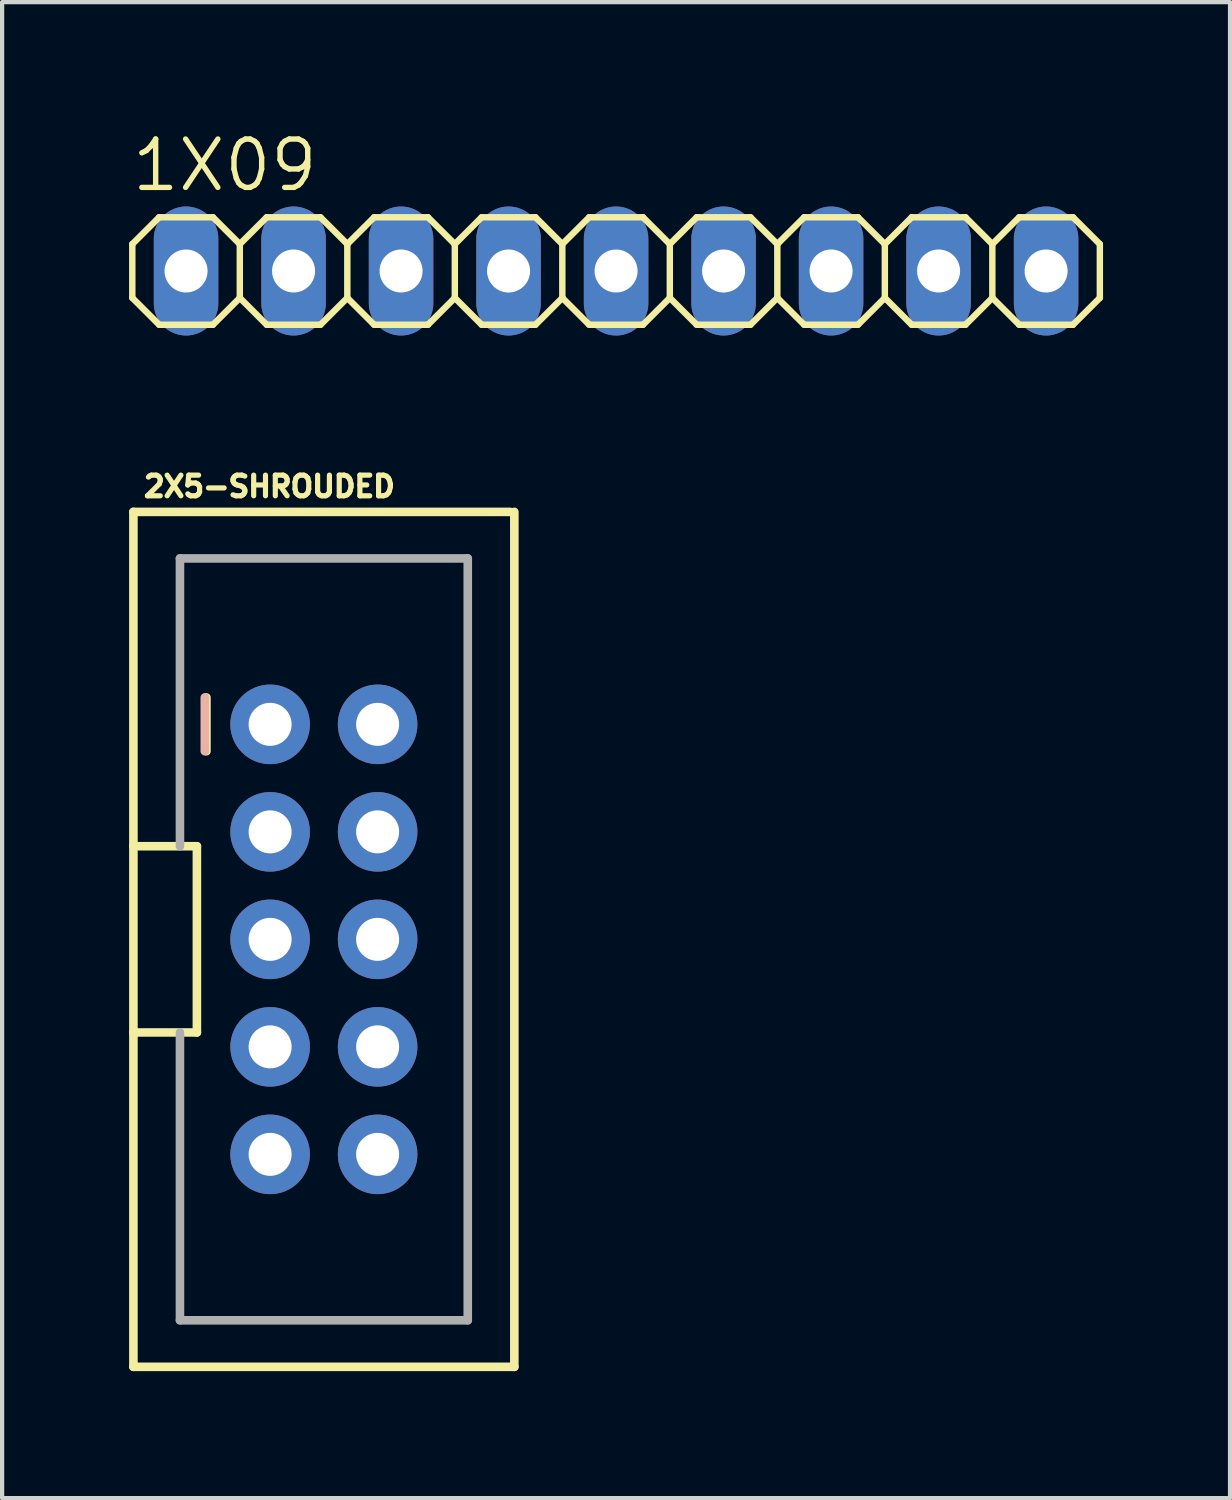
<source format=kicad_pcb>
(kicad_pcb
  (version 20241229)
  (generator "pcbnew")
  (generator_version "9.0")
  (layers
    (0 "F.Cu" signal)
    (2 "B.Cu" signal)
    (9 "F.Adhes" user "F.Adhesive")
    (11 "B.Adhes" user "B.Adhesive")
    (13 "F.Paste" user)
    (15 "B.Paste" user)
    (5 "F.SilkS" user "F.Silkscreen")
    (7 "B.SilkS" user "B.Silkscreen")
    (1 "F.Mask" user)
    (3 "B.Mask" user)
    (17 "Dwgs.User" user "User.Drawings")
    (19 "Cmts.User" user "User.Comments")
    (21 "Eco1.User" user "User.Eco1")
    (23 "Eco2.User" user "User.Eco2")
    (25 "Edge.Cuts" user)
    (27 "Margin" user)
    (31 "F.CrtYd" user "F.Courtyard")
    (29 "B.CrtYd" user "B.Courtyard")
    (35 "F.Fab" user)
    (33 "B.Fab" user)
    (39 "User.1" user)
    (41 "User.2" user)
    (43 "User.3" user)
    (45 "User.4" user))
  (footprint "2X5-SHROUDED"
    (layer "F.Cu")
    (at 4.602 19.144)
    (property "Reference" "2X5-SHROUDED" (at -4.318 -10.414 0) (layer "F.SilkS") (effects (font (size 0.488 0.488) (thickness 0.122)) (justify left bottom)))
    (fp_line (start -4.5 -10.1) (end 4.4 -10.1) (stroke (width 0.203) (type solid)) (layer "F.SilkS"))
    (fp_line (start -4.5 -2.2) (end -4.5 -10.1) (stroke (width 0.203) (type solid)) (layer "F.SilkS"))
    (fp_line (start -4.5 -2.2) (end -3 -2.2) (stroke (width 0.203) (type solid)) (layer "F.SilkS"))
    (fp_line (start -4.5 2.2) (end -4.5 -2.2) (stroke (width 0.203) (type solid)) (layer "F.SilkS"))
    (fp_line (start -4.5 10.1) (end -4.5 2.2) (stroke (width 0.203) (type solid)) (layer "F.SilkS"))
    (fp_line (start -3 -2.2) (end -3 2.2) (stroke (width 0.203) (type solid)) (layer "F.SilkS"))
    (fp_line (start -3 2.2) (end -4.5 2.2) (stroke (width 0.203) (type solid)) (layer "F.SilkS"))
    (fp_line (start -2.775 -5.715) (end -2.775 -4.445) (stroke (width 0.203) (type solid)) (layer "F.SilkS"))
    (fp_line (start 4.5 -10.1) (end 4.5 10.1) (stroke (width 0.203) (type solid)) (layer "F.SilkS"))
    (fp_line (start 4.5 10.1) (end -4.5 10.1) (stroke (width 0.203) (type solid)) (layer "F.SilkS"))
    (fp_line (start -2.813 -5.715) (end -2.813 -4.445) (stroke (width 0.203) (type solid)) (layer "B.SilkS"))
    (fp_line (start -3.4 -9) (end -3.4 -2.2) (stroke (width 0.203) (type solid)) (layer "F.Fab"))
    (fp_line (start -3.4 -9) (end 3.4 -9) (stroke (width 0.203) (type solid)) (layer "F.Fab"))
    (fp_line (start -3.4 9) (end -3.4 2.2) (stroke (width 0.203) (type solid)) (layer "F.Fab"))
    (fp_line (start -3.4 9) (end 3.4 9) (stroke (width 0.203) (type solid)) (layer "F.Fab"))
    (fp_line (start 3.4 -9) (end 3.4 9) (stroke (width 0.203) (type solid)) (layer "F.Fab"))
    (fp_poly (pts (xy -1.524 -4.826) (xy -1.016 -4.826) (xy -1.016 -5.334) (xy -1.524 -5.334)) (stroke (width 0.1) (type default)) (fill no) (layer "F.Fab"))
    (fp_poly (pts (xy -1.524 -2.286) (xy -1.016 -2.286) (xy -1.016 -2.794) (xy -1.524 -2.794)) (stroke (width 0.1) (type default)) (fill no) (layer "F.Fab"))
    (fp_poly (pts (xy -1.524 0.254) (xy -1.016 0.254) (xy -1.016 -0.254) (xy -1.524 -0.254)) (stroke (width 0.1) (type default)) (fill no) (layer "F.Fab"))
    (fp_poly (pts (xy -1.524 2.794) (xy -1.016 2.794) (xy -1.016 2.286) (xy -1.524 2.286)) (stroke (width 0.1) (type default)) (fill no) (layer "F.Fab"))
    (fp_poly (pts (xy -1.524 2.794) (xy -1.016 2.794) (xy -1.016 2.286) (xy -1.524 2.286)) (stroke (width 0.1) (type default)) (fill no) (layer "F.Fab"))
    (fp_poly (pts (xy -1.524 5.334) (xy -1.016 5.334) (xy -1.016 4.826) (xy -1.524 4.826)) (stroke (width 0.1) (type default)) (fill no) (layer "F.Fab"))
    (fp_poly (pts (xy 1.016 -4.826) (xy 1.524 -4.826) (xy 1.524 -5.334) (xy 1.016 -5.334)) (stroke (width 0.1) (type default)) (fill no) (layer "F.Fab"))
    (fp_poly (pts (xy 1.016 -2.286) (xy 1.524 -2.286) (xy 1.524 -2.794) (xy 1.016 -2.794)) (stroke (width 0.1) (type default)) (fill no) (layer "F.Fab"))
    (fp_poly (pts (xy 1.016 0.254) (xy 1.524 0.254) (xy 1.524 -0.254) (xy 1.016 -0.254)) (stroke (width 0.1) (type default)) (fill no) (layer "F.Fab"))
    (fp_poly (pts (xy 1.016 2.794) (xy 1.524 2.794) (xy 1.524 2.286) (xy 1.016 2.286)) (stroke (width 0.1) (type default)) (fill no) (layer "F.Fab"))
    (fp_poly (pts (xy 1.016 2.794) (xy 1.524 2.794) (xy 1.524 2.286) (xy 1.016 2.286)) (stroke (width 0.1) (type default)) (fill no) (layer "F.Fab"))
    (fp_poly (pts (xy 1.016 5.334) (xy 1.524 5.334) (xy 1.524 4.826) (xy 1.016 4.826)) (stroke (width 0.1) (type default)) (fill no) (layer "F.Fab"))
    (pad "1" thru_hole circle (at -1.27 -5.08 270) (size 1.88 1.88) (drill 1.016) (layers "*.Cu" "*.Mask"))
    (pad "2" thru_hole circle (at 1.27 -5.08 270) (size 1.88 1.88) (drill 1.016) (layers "*.Cu" "*.Mask"))
    (pad "3" thru_hole circle (at -1.27 -2.54 270) (size 1.88 1.88) (drill 1.016) (layers "*.Cu" "*.Mask"))
    (pad "4" thru_hole circle (at 1.27 -2.54 270) (size 1.88 1.88) (drill 1.016) (layers "*.Cu" "*.Mask"))
    (pad "5" thru_hole circle (at -1.27 0 270) (size 1.88 1.88) (drill 1.016) (layers "*.Cu" "*.Mask"))
    (pad "6" thru_hole circle (at 1.27 0 270) (size 1.88 1.88) (drill 1.016) (layers "*.Cu" "*.Mask"))
    (pad "7" thru_hole circle (at -1.27 2.54 270) (size 1.88 1.88) (drill 1.016) (layers "*.Cu" "*.Mask"))
    (pad "8" thru_hole circle (at 1.27 2.54 270) (size 1.88 1.88) (drill 1.016) (layers "*.Cu" "*.Mask"))
    (pad "9" thru_hole circle (at -1.27 5.08 270) (size 1.88 1.88) (drill 1.016) (layers "*.Cu" "*.Mask"))
    (pad "10" thru_hole circle (at 1.27 5.08 270) (size 1.88 1.88) (drill 1.016) (layers "*.Cu" "*.Mask")))
  (footprint "1X09"
    (layer "F.Cu")
    (at 11.506 3.353)
    (property "Reference" "1X09" (at -11.506 -1.829 0) (layer "F.SilkS") (effects (font (size 1.143 1.143) (thickness 0.127)) (justify left bottom)))
    (fp_line (start -11.43 -0.635) (end -11.43 0.635) (stroke (width 0.152) (type solid)) (layer "F.SilkS"))
    (fp_line (start -11.43 0.635) (end -10.795 1.27) (stroke (width 0.152) (type solid)) (layer "F.SilkS"))
    (fp_line (start -10.795 -1.27) (end -11.43 -0.635) (stroke (width 0.152) (type solid)) (layer "F.SilkS"))
    (fp_line (start -10.795 -1.27) (end -9.525 -1.27) (stroke (width 0.152) (type solid)) (layer "F.SilkS"))
    (fp_line (start -9.525 -1.27) (end -8.89 -0.635) (stroke (width 0.152) (type solid)) (layer "F.SilkS"))
    (fp_line (start -9.525 1.27) (end -10.795 1.27) (stroke (width 0.152) (type solid)) (layer "F.SilkS"))
    (fp_line (start -8.89 -0.635) (end -8.89 0.635) (stroke (width 0.152) (type solid)) (layer "F.SilkS"))
    (fp_line (start -8.89 -0.635) (end -8.255 -1.27) (stroke (width 0.152) (type solid)) (layer "F.SilkS"))
    (fp_line (start -8.89 0.635) (end -9.525 1.27) (stroke (width 0.152) (type solid)) (layer "F.SilkS"))
    (fp_line (start -8.255 -1.27) (end -6.985 -1.27) (stroke (width 0.152) (type solid)) (layer "F.SilkS"))
    (fp_line (start -8.255 1.27) (end -8.89 0.635) (stroke (width 0.152) (type solid)) (layer "F.SilkS"))
    (fp_line (start -6.985 -1.27) (end -6.35 -0.635) (stroke (width 0.152) (type solid)) (layer "F.SilkS"))
    (fp_line (start -6.985 1.27) (end -8.255 1.27) (stroke (width 0.152) (type solid)) (layer "F.SilkS"))
    (fp_line (start -6.35 -0.635) (end -6.35 0.635) (stroke (width 0.152) (type solid)) (layer "F.SilkS"))
    (fp_line (start -6.35 -0.635) (end -5.715 -1.27) (stroke (width 0.152) (type solid)) (layer "F.SilkS"))
    (fp_line (start -6.35 0.635) (end -6.985 1.27) (stroke (width 0.152) (type solid)) (layer "F.SilkS"))
    (fp_line (start -5.715 -1.27) (end -4.445 -1.27) (stroke (width 0.152) (type solid)) (layer "F.SilkS"))
    (fp_line (start -5.715 1.27) (end -6.35 0.635) (stroke (width 0.152) (type solid)) (layer "F.SilkS"))
    (fp_line (start -4.445 -1.27) (end -3.81 -0.635) (stroke (width 0.152) (type solid)) (layer "F.SilkS"))
    (fp_line (start -4.445 1.27) (end -5.715 1.27) (stroke (width 0.152) (type solid)) (layer "F.SilkS"))
    (fp_line (start -3.81 -0.635) (end -3.81 0.635) (stroke (width 0.152) (type solid)) (layer "F.SilkS"))
    (fp_line (start -3.81 0.635) (end -4.445 1.27) (stroke (width 0.152) (type solid)) (layer "F.SilkS"))
    (fp_line (start -3.81 0.635) (end -3.175 1.27) (stroke (width 0.152) (type solid)) (layer "F.SilkS"))
    (fp_line (start -3.175 -1.27) (end -3.81 -0.635) (stroke (width 0.152) (type solid)) (layer "F.SilkS"))
    (fp_line (start -3.175 -1.27) (end -1.905 -1.27) (stroke (width 0.152) (type solid)) (layer "F.SilkS"))
    (fp_line (start -1.905 -1.27) (end -1.27 -0.635) (stroke (width 0.152) (type solid)) (layer "F.SilkS"))
    (fp_line (start -1.905 1.27) (end -3.175 1.27) (stroke (width 0.152) (type solid)) (layer "F.SilkS"))
    (fp_line (start -1.27 -0.635) (end -1.27 0.635) (stroke (width 0.152) (type solid)) (layer "F.SilkS"))
    (fp_line (start -1.27 -0.635) (end -0.635 -1.27) (stroke (width 0.152) (type solid)) (layer "F.SilkS"))
    (fp_line (start -1.27 0.635) (end -1.905 1.27) (stroke (width 0.152) (type solid)) (layer "F.SilkS"))
    (fp_line (start -0.635 -1.27) (end 0.635 -1.27) (stroke (width 0.152) (type solid)) (layer "F.SilkS"))
    (fp_line (start -0.635 1.27) (end -1.27 0.635) (stroke (width 0.152) (type solid)) (layer "F.SilkS"))
    (fp_line (start 0.635 -1.27) (end 1.27 -0.635) (stroke (width 0.152) (type solid)) (layer "F.SilkS"))
    (fp_line (start 0.635 1.27) (end -0.635 1.27) (stroke (width 0.152) (type solid)) (layer "F.SilkS"))
    (fp_line (start 1.27 -0.635) (end 1.27 0.635) (stroke (width 0.152) (type solid)) (layer "F.SilkS"))
    (fp_line (start 1.27 -0.635) (end 1.905 -1.27) (stroke (width 0.152) (type solid)) (layer "F.SilkS"))
    (fp_line (start 1.27 0.635) (end 0.635 1.27) (stroke (width 0.152) (type solid)) (layer "F.SilkS"))
    (fp_line (start 1.905 -1.27) (end 3.175 -1.27) (stroke (width 0.152) (type solid)) (layer "F.SilkS"))
    (fp_line (start 1.905 1.27) (end 1.27 0.635) (stroke (width 0.152) (type solid)) (layer "F.SilkS"))
    (fp_line (start 3.175 -1.27) (end 3.81 -0.635) (stroke (width 0.152) (type solid)) (layer "F.SilkS"))
    (fp_line (start 3.175 1.27) (end 1.905 1.27) (stroke (width 0.152) (type solid)) (layer "F.SilkS"))
    (fp_line (start 3.81 -0.635) (end 3.81 0.635) (stroke (width 0.152) (type solid)) (layer "F.SilkS"))
    (fp_line (start 3.81 0.635) (end 3.175 1.27) (stroke (width 0.152) (type solid)) (layer "F.SilkS"))
    (fp_line (start 3.81 0.635) (end 4.445 1.27) (stroke (width 0.152) (type solid)) (layer "F.SilkS"))
    (fp_line (start 4.445 -1.27) (end 3.81 -0.635) (stroke (width 0.152) (type solid)) (layer "F.SilkS"))
    (fp_line (start 4.445 -1.27) (end 5.715 -1.27) (stroke (width 0.152) (type solid)) (layer "F.SilkS"))
    (fp_line (start 5.715 -1.27) (end 6.35 -0.635) (stroke (width 0.152) (type solid)) (layer "F.SilkS"))
    (fp_line (start 5.715 1.27) (end 4.445 1.27) (stroke (width 0.152) (type solid)) (layer "F.SilkS"))
    (fp_line (start 6.35 -0.635) (end 6.35 0.635) (stroke (width 0.152) (type solid)) (layer "F.SilkS"))
    (fp_line (start 6.35 -0.635) (end 6.985 -1.27) (stroke (width 0.152) (type solid)) (layer "F.SilkS"))
    (fp_line (start 6.35 0.635) (end 5.715 1.27) (stroke (width 0.152) (type solid)) (layer "F.SilkS"))
    (fp_line (start 6.985 -1.27) (end 8.255 -1.27) (stroke (width 0.152) (type solid)) (layer "F.SilkS"))
    (fp_line (start 6.985 1.27) (end 6.35 0.635) (stroke (width 0.152) (type solid)) (layer "F.SilkS"))
    (fp_line (start 8.255 -1.27) (end 8.89 -0.635) (stroke (width 0.152) (type solid)) (layer "F.SilkS"))
    (fp_line (start 8.255 1.27) (end 6.985 1.27) (stroke (width 0.152) (type solid)) (layer "F.SilkS"))
    (fp_line (start 8.89 -0.635) (end 8.89 0.635) (stroke (width 0.152) (type solid)) (layer "F.SilkS"))
    (fp_line (start 8.89 0.635) (end 8.255 1.27) (stroke (width 0.152) (type solid)) (layer "F.SilkS"))
    (fp_line (start 8.89 0.635) (end 9.525 1.27) (stroke (width 0.152) (type solid)) (layer "F.SilkS"))
    (fp_line (start 9.525 -1.27) (end 8.89 -0.635) (stroke (width 0.152) (type solid)) (layer "F.SilkS"))
    (fp_line (start 9.525 -1.27) (end 10.795 -1.27) (stroke (width 0.152) (type solid)) (layer "F.SilkS"))
    (fp_line (start 10.795 -1.27) (end 11.43 -0.635) (stroke (width 0.152) (type solid)) (layer "F.SilkS"))
    (fp_line (start 10.795 1.27) (end 9.525 1.27) (stroke (width 0.152) (type solid)) (layer "F.SilkS"))
    (fp_line (start 11.43 -0.635) (end 11.43 0.635) (stroke (width 0.152) (type solid)) (layer "F.SilkS"))
    (fp_line (start 11.43 0.635) (end 10.795 1.27) (stroke (width 0.152) (type solid)) (layer "F.SilkS"))
    (fp_poly (pts (xy -10.414 0.254) (xy -9.906 0.254) (xy -9.906 -0.254) (xy -10.414 -0.254)) (stroke (width 0.1) (type default)) (fill no) (layer "F.Fab"))
    (fp_poly (pts (xy -7.874 0.254) (xy -7.366 0.254) (xy -7.366 -0.254) (xy -7.874 -0.254)) (stroke (width 0.1) (type default)) (fill no) (layer "F.Fab"))
    (fp_poly (pts (xy -5.334 0.254) (xy -4.826 0.254) (xy -4.826 -0.254) (xy -5.334 -0.254)) (stroke (width 0.1) (type default)) (fill no) (layer "F.Fab"))
    (fp_poly (pts (xy -2.794 0.254) (xy -2.286 0.254) (xy -2.286 -0.254) (xy -2.794 -0.254)) (stroke (width 0.1) (type default)) (fill no) (layer "F.Fab"))
    (fp_poly (pts (xy -0.254 0.254) (xy 0.254 0.254) (xy 0.254 -0.254) (xy -0.254 -0.254)) (stroke (width 0.1) (type default)) (fill no) (layer "F.Fab"))
    (fp_poly (pts (xy 2.286 0.254) (xy 2.794 0.254) (xy 2.794 -0.254) (xy 2.286 -0.254)) (stroke (width 0.1) (type default)) (fill no) (layer "F.Fab"))
    (fp_poly (pts (xy 4.826 0.254) (xy 5.334 0.254) (xy 5.334 -0.254) (xy 4.826 -0.254)) (stroke (width 0.1) (type default)) (fill no) (layer "F.Fab"))
    (fp_poly (pts (xy 7.366 0.254) (xy 7.874 0.254) (xy 7.874 -0.254) (xy 7.366 -0.254)) (stroke (width 0.1) (type default)) (fill no) (layer "F.Fab"))
    (fp_poly (pts (xy 9.906 0.254) (xy 10.414 0.254) (xy 10.414 -0.254) (xy 9.906 -0.254)) (stroke (width 0.1) (type default)) (fill no) (layer "F.Fab"))
    (pad "1" thru_hole oval (at -10.16 0 90) (size 3.048 1.524) (drill 1.016) (layers "*.Cu" "*.Mask"))
    (pad "2" thru_hole oval (at -7.62 0 90) (size 3.048 1.524) (drill 1.016) (layers "*.Cu" "*.Mask"))
    (pad "3" thru_hole oval (at -5.08 0 90) (size 3.048 1.524) (drill 1.016) (layers "*.Cu" "*.Mask"))
    (pad "4" thru_hole oval (at -2.54 0 90) (size 3.048 1.524) (drill 1.016) (layers "*.Cu" "*.Mask"))
    (pad "5" thru_hole oval (at 0 0 90) (size 3.048 1.524) (drill 1.016) (layers "*.Cu" "*.Mask"))
    (pad "6" thru_hole oval (at 2.54 0 90) (size 3.048 1.524) (drill 1.016) (layers "*.Cu" "*.Mask"))
    (pad "7" thru_hole oval (at 5.08 0 90) (size 3.048 1.524) (drill 1.016) (layers "*.Cu" "*.Mask"))
    (pad "8" thru_hole oval (at 7.62 0 90) (size 3.048 1.524) (drill 1.016) (layers "*.Cu" "*.Mask"))
    (pad "9" thru_hole oval (at 10.16 0 90) (size 3.048 1.524) (drill 1.016) (layers "*.Cu" "*.Mask")))
  (gr_rect
    (start -3 -3)
    (end 26.012 32.346)
    (stroke (width 0.1) (type default))
    (fill no)
    (layer "Edge.Cuts")))
</source>
